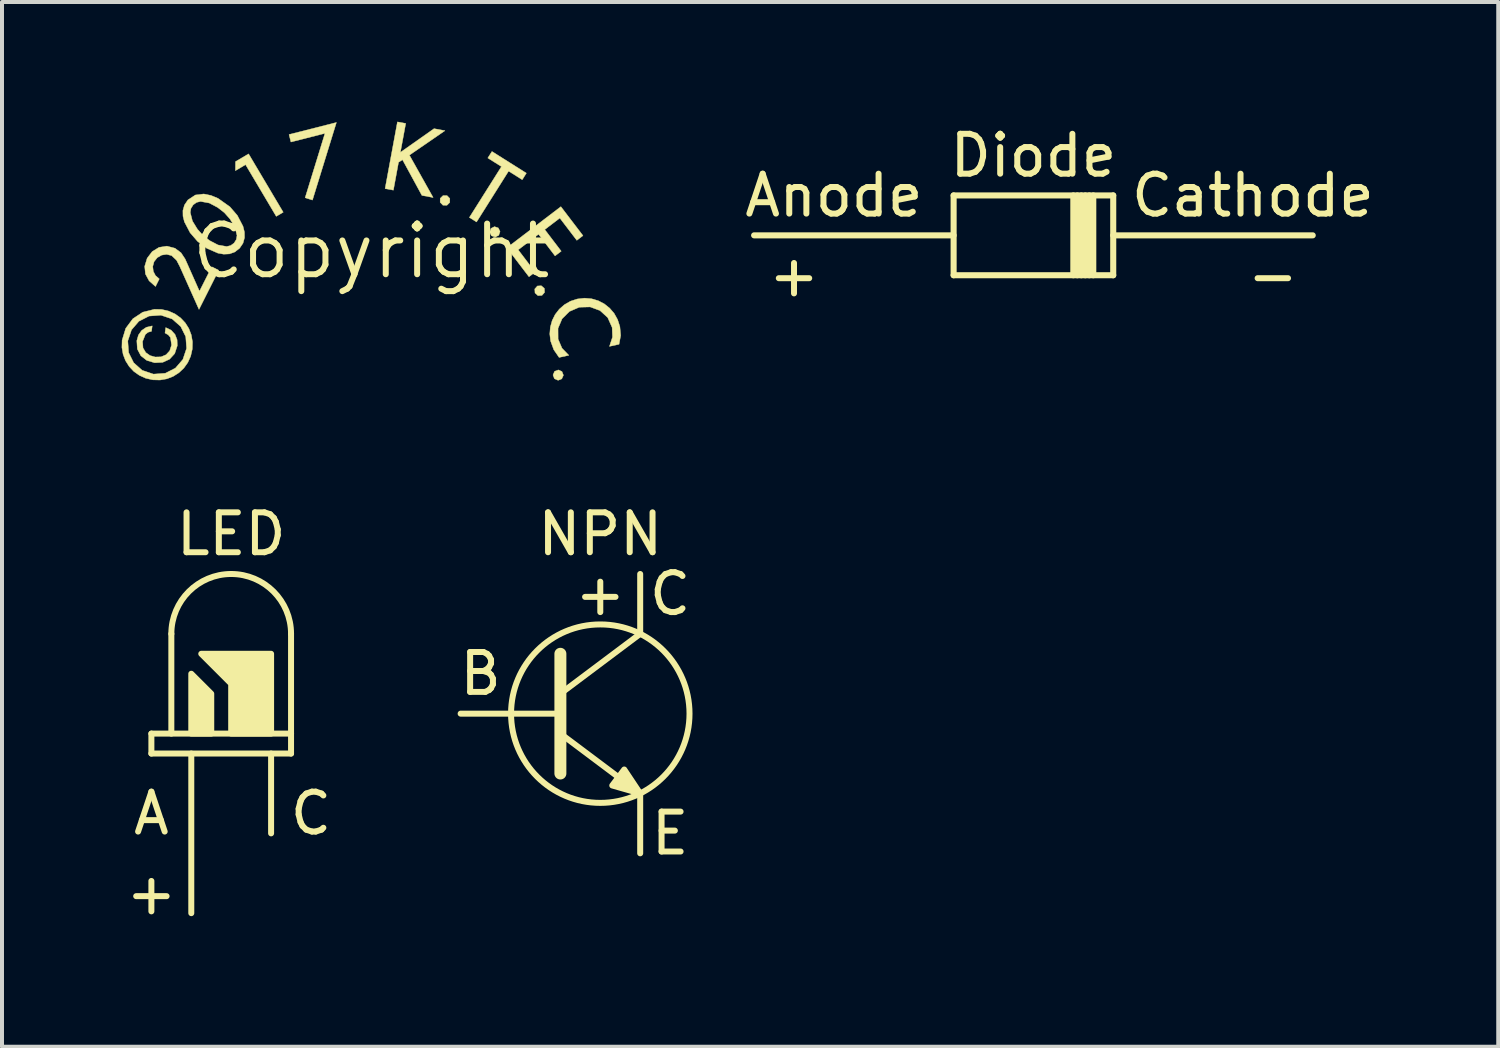
<source format=kicad_pcb>
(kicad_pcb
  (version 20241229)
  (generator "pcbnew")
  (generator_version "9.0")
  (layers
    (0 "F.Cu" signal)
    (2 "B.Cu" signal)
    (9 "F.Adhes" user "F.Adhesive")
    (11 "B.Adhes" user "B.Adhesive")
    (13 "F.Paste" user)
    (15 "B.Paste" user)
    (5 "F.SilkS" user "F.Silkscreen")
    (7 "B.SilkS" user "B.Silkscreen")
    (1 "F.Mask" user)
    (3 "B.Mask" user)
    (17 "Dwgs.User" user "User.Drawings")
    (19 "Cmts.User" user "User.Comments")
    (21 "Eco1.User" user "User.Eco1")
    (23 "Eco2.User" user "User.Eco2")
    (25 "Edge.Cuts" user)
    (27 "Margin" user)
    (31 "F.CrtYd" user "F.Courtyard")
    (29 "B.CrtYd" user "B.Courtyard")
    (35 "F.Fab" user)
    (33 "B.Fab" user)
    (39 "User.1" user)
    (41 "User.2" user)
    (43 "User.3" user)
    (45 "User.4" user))
  (footprint "Copyright"
    (layer "F.Cu")
    (at 6.255 3.243)
    (property "Reference" "Copyright" (at 0 0 0) (layer "F.SilkS") (effects (font (size 1.27 1.27) (thickness 0.15))))
    (attr through_hole)
    (fp_poly (pts (xy -3.151 -2.167) (xy -2.382 -0.871) (xy -2.207 -0.974) (xy -3.075 -2.437) (xy -3.403 -2.243) (xy -3.405 -2.016) (xy -3.151 -2.167)) (stroke (width 0.01) (type solid)) (fill yes) (layer "F.SilkS"))
    (fp_poly (pts (xy -1.161 -2.951) (xy -1.658 -1.337) (xy -1.474 -1.279) (xy -0.874 -3.224) (xy -2.061 -2.922) (xy -2.014 -2.734) (xy -1.161 -2.951)) (stroke (width 0.01) (type solid)) (fill yes) (layer "F.SilkS"))
    (fp_poly (pts (xy 1.898 -1.391) (xy 1.798 -1.391) (xy 1.727 -1.322) (xy 1.726 -1.222) (xy 1.796 -1.15) (xy 1.896 -1.149) (xy 1.967 -1.219) (xy 1.968 -1.319) (xy 1.898 -1.391)) (stroke (width 0.01) (type solid)) (fill yes) (layer "F.SilkS"))
    (fp_poly (pts (xy 3.441 -2.005) (xy 3.783 -1.789) (xy 3.886 -1.954) (xy 3.024 -2.497) (xy 2.92 -2.333) (xy 3.262 -2.118) (xy 2.458 -0.843) (xy 2.638 -0.73) (xy 3.441 -2.005)) (stroke (width 0.01) (type solid)) (fill yes) (layer "F.SilkS"))
    (fp_poly (pts (xy 4.338 0.935) (xy 4.262 0.869) (xy 4.163 0.874) (xy 4.097 0.949) (xy 4.103 1.049) (xy 4.177 1.116) (xy 4.277 1.11) (xy 4.343 1.035) (xy 4.338 0.935)) (stroke (width 0.01) (type solid)) (fill yes) (layer "F.SilkS"))
    (fp_poly (pts (xy 4.815 3.11) (xy 4.778 3.017) (xy 4.687 2.977) (xy 4.593 3.014) (xy 4.554 3.105) (xy 4.59 3.198) (xy 4.682 3.238) (xy 4.774 3.202) (xy 4.815 3.11)) (stroke (width 0.01) (type solid)) (fill yes) (layer "F.SilkS"))
    (fp_poly (pts (xy 3.183 -0.581) (xy 3.088 -0.613) (xy 2.999 -0.569) (xy 2.967 -0.474) (xy 3.011 -0.384) (xy 3.106 -0.352) (xy 3.195 -0.396) (xy 3.227 -0.491) (xy 3.183 -0.581) (xy 3.183 -0.581)) (stroke (width 0.01) (type solid)) (fill yes) (layer "F.SilkS"))
    (fp_poly (pts (xy 0.729 -2.475) (xy 0.863 -3.2) (xy 0.655 -3.238) (xy 0.346 -1.566) (xy 0.554 -1.527) (xy 0.683 -2.226) (xy 0.782 -2.29) (xy 1.269 -1.395) (xy 1.55 -1.343) (xy 0.955 -2.405) (xy 1.846 -3.018) (xy 1.573 -3.069) (xy 0.729 -2.475)) (stroke (width 0.01) (type solid)) (fill yes) (layer "F.SilkS"))
    (fp_poly (pts (xy 3.398 -0.083) (xy 3.952 0.643) (xy 4.106 0.526) (xy 3.681 -0.032) (xy 4.192 -0.422) (xy 4.605 0.12) (xy 4.76 0.002) (xy 4.347 -0.54) (xy 4.725 -0.828) (xy 5.151 -0.27) (xy 5.305 -0.388) (xy 4.751 -1.114) (xy 3.398 -0.083)) (stroke (width 0.01) (type solid)) (fill yes) (layer "F.SilkS"))
    (fp_poly (pts (xy -4.306 1.005) (xy -4.665 0.198) (xy -4.769 0.041) (xy -4.92 -0.072) (xy -5.122 -0.125) (xy -5.319 -0.094) (xy -5.49 0.011) (xy -5.617 0.178) (xy -5.679 0.382) (xy -5.66 0.574) (xy -5.568 0.745) (xy -5.408 0.887) (xy -5.313 0.697) (xy -5.407 0.615) (xy -5.463 0.507) (xy -5.477 0.386) (xy -5.444 0.265) (xy -5.364 0.164) (xy -5.253 0.1) (xy -5.128 0.081) (xy -5.003 0.113) (xy -4.88 0.23) (xy -4.799 0.385) (xy -4.318 1.461) (xy -3.824 0.48) (xy -3.997 0.393) (xy -4.306 1.005)) (stroke (width 0.01) (type solid)) (fill yes) (layer "F.SilkS"))
    (fp_poly (pts (xy -5.49 1.874) (xy -5.637 1.909) (xy -5.753 1.987) (xy -5.835 2.102) (xy -5.876 2.246) (xy -5.863 2.455) (xy -5.776 2.622) (xy -5.627 2.739) (xy -5.43 2.798) (xy -5.228 2.788) (xy -5.055 2.709) (xy -4.927 2.569) (xy -4.862 2.371) (xy -4.867 2.222) (xy -4.919 2.088) (xy -5.015 1.982) (xy -5.152 1.916) (xy -5.17 2.053) (xy -5.088 2.099) (xy -5.033 2.166) (xy -5.005 2.353) (xy -5.052 2.498) (xy -5.143 2.597) (xy -5.268 2.65) (xy -5.416 2.654) (xy -5.544 2.618) (xy -5.652 2.542) (xy -5.721 2.425) (xy -5.733 2.266) (xy -5.661 2.087) (xy -5.594 2.034) (xy -5.508 2.01) (xy -5.49 1.874)) (stroke (width 0.01) (type solid)) (fill yes) (layer "F.SilkS"))
    (fp_poly (pts (xy 6.209 2.335) (xy 6.25 2.115) (xy 6.23 1.892) (xy 6.173 1.717) (xy 6.087 1.562) (xy 5.974 1.43) (xy 5.839 1.322) (xy 5.687 1.243) (xy 5.52 1.194) (xy 5.344 1.179) (xy 5.161 1.2) (xy 4.99 1.256) (xy 4.84 1.343) (xy 4.712 1.455) (xy 4.608 1.589) (xy 4.533 1.74) (xy 4.487 1.905) (xy 4.473 2.077) (xy 4.494 2.254) (xy 4.574 2.472) (xy 4.707 2.665) (xy 4.951 2.611) (xy 4.779 2.433) (xy 4.682 2.206) (xy 4.68 1.936) (xy 4.781 1.697) (xy 4.965 1.513) (xy 5.213 1.406) (xy 5.485 1.399) (xy 5.732 1.49) (xy 5.925 1.666) (xy 6.036 1.914) (xy 6.045 2.156) (xy 5.969 2.388) (xy 6.209 2.335)) (stroke (width 0.01) (type solid)) (fill yes) (layer "F.SilkS"))
    (fp_poly (pts (xy -4.198 -1.432) (xy -4.409 -1.406) (xy -4.596 -1.282) (xy -4.682 -1.155) (xy -4.721 -1.018) (xy -4.719 -0.875) (xy -4.683 -0.732) (xy -4.541 -0.461) (xy -4.353 -0.243) (xy -4.124 -0.071) (xy -3.844 0.051) (xy -3.698 0.077) (xy -3.555 0.07) (xy -3.421 0.022) (xy -3.3 -0.072) (xy -3.439 -0.201) (xy -3.525 -0.139) (xy -3.624 -0.115) (xy -3.841 -0.154) (xy -4.052 -0.264) (xy -4.216 -0.393) (xy -4.357 -0.549) (xy -4.482 -0.753) (xy -4.537 -0.968) (xy -4.52 -1.069) (xy -4.464 -1.159) (xy -4.378 -1.221) (xy -4.279 -1.245) (xy -4.06 -1.205) (xy -3.849 -1.093) (xy -3.683 -0.964) (xy -3.544 -0.808) (xy -3.419 -0.606) (xy -3.365 -0.391) (xy -3.383 -0.291) (xy -3.439 -0.201) (xy -3.3 -0.072) (xy -3.215 -0.198) (xy -3.177 -0.336) (xy -3.179 -0.478) (xy -3.215 -0.622) (xy -3.356 -0.893) (xy -3.543 -1.11) (xy -3.84 -1.321) (xy -4.017 -1.395) (xy -4.198 -1.432)) (stroke (width 0.01) (type solid)) (fill yes) (layer "F.SilkS"))
    (fp_poly (pts (xy -5.435 1.458) (xy -5.728 1.531) (xy -5.975 1.695) (xy -6.154 1.935) (xy -6.245 2.233) (xy -6.25 2.415) (xy -6.22 2.587) (xy -6.159 2.747) (xy -6.068 2.891) (xy -5.952 3.015) (xy -5.812 3.114) (xy -5.653 3.186) (xy -5.477 3.226) (xy -5.296 3.231) (xy -5.124 3.201) (xy -4.964 3.139) (xy -4.821 3.048) (xy -4.698 2.932) (xy -4.598 2.792) (xy -4.526 2.632) (xy -4.486 2.455) (xy -4.629 2.437) (xy -4.722 2.715) (xy -4.908 2.931) (xy -5.162 3.061) (xy -5.459 3.083) (xy -5.742 2.987) (xy -5.955 2.798) (xy -6.081 2.544) (xy -6.102 2.251) (xy -6.009 1.973) (xy -5.824 1.758) (xy -5.57 1.628) (xy -5.272 1.606) (xy -4.99 1.701) (xy -4.776 1.89) (xy -4.65 2.145) (xy -4.629 2.437) (xy -4.486 2.455) (xy -4.481 2.274) (xy -4.511 2.101) (xy -4.572 1.941) (xy -4.663 1.797) (xy -4.779 1.674) (xy -4.919 1.574) (xy -5.078 1.503) (xy -5.254 1.462) (xy -5.435 1.458) (xy -5.435 1.458)) (stroke (width 0.01) (type solid)) (fill yes) (layer "F.SilkS")))
  (footprint "NPN"
    (layer "F.Cu")
    (at 11.994 14.835)
    (property "Reference" "NPN" (at 0 -4.5 0) (layer "F.SilkS") (effects (font (size 1 1) (thickness 0.15))))
    (attr through_hole)
    (fp_line (start -1 -1.5) (end -1 1.5) (stroke (width 0.3) (type solid)) (layer "F.SilkS"))
    (fp_line (start -1 -0.5) (end 1 -2) (stroke (width 0.15) (type solid)) (layer "F.SilkS"))
    (fp_line (start -1 0) (end -3.5 0) (stroke (width 0.15) (type solid)) (layer "F.SilkS"))
    (fp_line (start 1 -2) (end 1 -3.5) (stroke (width 0.15) (type solid)) (layer "F.SilkS"))
    (fp_line (start 1 2) (end -1 0.5) (stroke (width 0.15) (type solid)) (layer "F.SilkS"))
    (fp_line (start 1 2) (end 1 3.5) (stroke (width 0.15) (type solid)) (layer "F.SilkS"))
    (fp_circle (center 0 0) (end 2 -1) (stroke (width 0.15) (type solid)) (fill no) (layer "F.SilkS"))
    (fp_poly (pts (xy 1 2) (xy 0.6 1.4) (xy 0.3 1.8)) (stroke (width 0.15) (type solid)) (fill yes) (layer "F.SilkS"))
    (fp_text user "B" (at -3 -1 0) (layer "F.SilkS") (effects (font (size 1 1) (thickness 0.15))))
    (fp_text user "C" (at 1.75 -3 0) (layer "F.SilkS") (effects (font (size 1 1) (thickness 0.15))))
    (fp_text user "+" (at 0 -3 0) (layer "F.SilkS") (effects (font (size 1 1) (thickness 0.15))))
    (fp_text user "E" (at 1.75 3 0) (layer "F.SilkS") (effects (font (size 1 1) (thickness 0.15)))))
  (footprint "Diode"
    (layer "F.Cu")
    (at 22.849 2.848)
    (property "Reference" "Diode" (at 0 -2 0) (layer "F.SilkS") (effects (font (size 1 1) (thickness 0.15))))
    (attr through_hole)
    (fp_line (start -7 0) (end -2 0) (stroke (width 0.152) (type solid)) (layer "F.SilkS"))
    (fp_line (start -2 -1) (end -2 1) (stroke (width 0.152) (type solid)) (layer "F.SilkS"))
    (fp_line (start -2 1) (end 2 1) (stroke (width 0.152) (type solid)) (layer "F.SilkS"))
    (fp_line (start 1 -1) (end 1 1) (stroke (width 0.152) (type solid)) (layer "F.SilkS"))
    (fp_line (start 1.1 -1) (end 1.1 1) (stroke (width 0.152) (type solid)) (layer "F.SilkS"))
    (fp_line (start 1.2 -1) (end 1.2 1) (stroke (width 0.152) (type solid)) (layer "F.SilkS"))
    (fp_line (start 1.3 -1) (end 1.3 1) (stroke (width 0.152) (type solid)) (layer "F.SilkS"))
    (fp_line (start 1.4 -1) (end 1.4 1) (stroke (width 0.152) (type solid)) (layer "F.SilkS"))
    (fp_line (start 1.5 -1) (end 1.5 1) (stroke (width 0.152) (type solid)) (layer "F.SilkS"))
    (fp_line (start 2 -1) (end -2 -1) (stroke (width 0.152) (type solid)) (layer "F.SilkS"))
    (fp_line (start 2 1) (end 2 -1) (stroke (width 0.152) (type solid)) (layer "F.SilkS"))
    (fp_line (start 7 0) (end 2 0) (stroke (width 0.152) (type solid)) (layer "F.SilkS"))
    (fp_text user "+" (at -6 1 0) (layer "F.SilkS") (effects (font (size 1 1) (thickness 0.15))))
    (fp_text user "-" (at 6 1 0) (layer "F.SilkS") (effects (font (size 1 1) (thickness 0.15))))
    (fp_text user "Anode" (at -5 -1 0) (layer "F.SilkS") (effects (font (size 1 1) (thickness 0.15))))
    (fp_text user "Cathode" (at 5.5 -1 0) (layer "F.SilkS") (effects (font (size 1 1) (thickness 0.15)))))
  (footprint "LED"
    (layer "F.Cu")
    (at 2.744 15.335)
    (property "Reference" "LED" (at 0 -5 0) (layer "F.SilkS") (effects (font (size 1 1) (thickness 0.15))))
    (attr through_hole)
    (fp_line (start -2 0) (end 1.5 0) (stroke (width 0.15) (type solid)) (layer "F.SilkS"))
    (fp_line (start -2 0.5) (end -2 0) (stroke (width 0.15) (type solid)) (layer "F.SilkS"))
    (fp_line (start -1.5 0) (end -1.5 -2.5) (stroke (width 0.15) (type solid)) (layer "F.SilkS"))
    (fp_line (start -1 0.5) (end -1 4.5) (stroke (width 0.15) (type solid)) (layer "F.SilkS"))
    (fp_line (start 1 0.5) (end 1 2.5) (stroke (width 0.15) (type solid)) (layer "F.SilkS"))
    (fp_line (start 1.5 0) (end 1.5 -2.5) (stroke (width 0.15) (type solid)) (layer "F.SilkS"))
    (fp_line (start 1.5 0) (end 1.5 0.5) (stroke (width 0.15) (type solid)) (layer "F.SilkS"))
    (fp_line (start 1.5 0.5) (end -2 0.5) (stroke (width 0.15) (type solid)) (layer "F.SilkS"))
    (fp_arc (start -1.5 -2.5) (mid -1.06066 -3.56066) (end 0 -4) (stroke (width 0.15) (type solid)) (layer "F.SilkS"))
    (fp_arc (start 0 -4) (mid 1.06066 -3.56066) (end 1.5 -2.5) (stroke (width 0.15) (type solid)) (layer "F.SilkS"))
    (fp_poly (pts (xy -1 0) (xy -1 -1.5) (xy -0.5 -1) (xy -0.5 0)) (stroke (width 0.15) (type solid)) (fill yes) (layer "F.SilkS"))
    (fp_poly (pts (xy 0 0) (xy 0 -1.25) (xy -0.75 -2) (xy 1 -2) (xy 1 0)) (stroke (width 0.15) (type solid)) (fill yes) (layer "F.SilkS"))
    (fp_text user "C" (at 2 2 180) (layer "F.SilkS") (effects (font (size 1 1) (thickness 0.15))))
    (fp_text user "A" (at -2 2 0) (layer "F.SilkS") (effects (font (size 1 1) (thickness 0.15))))
    (fp_text user "+" (at -2 4 0) (layer "F.SilkS") (effects (font (size 1 1) (thickness 0.15)))))
  (gr_rect
    (start -3 -3)
    (end 34.498 23.183)
    (stroke (width 0.1) (type default))
    (fill no)
    (layer "Edge.Cuts")))
</source>
